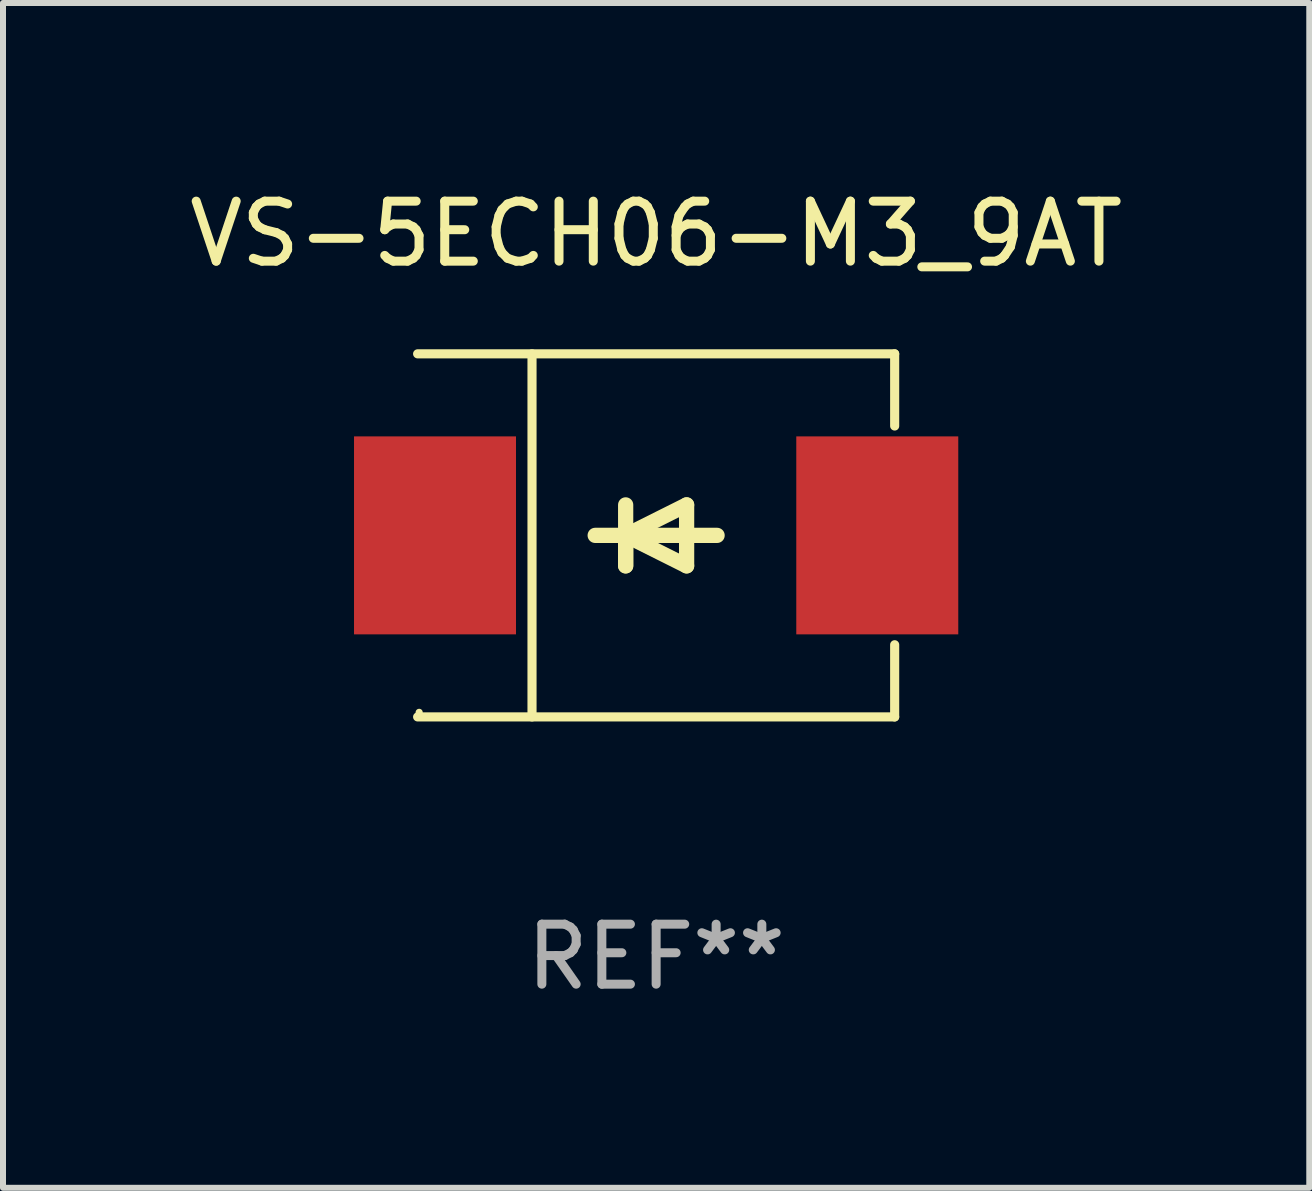
<source format=kicad_pcb>
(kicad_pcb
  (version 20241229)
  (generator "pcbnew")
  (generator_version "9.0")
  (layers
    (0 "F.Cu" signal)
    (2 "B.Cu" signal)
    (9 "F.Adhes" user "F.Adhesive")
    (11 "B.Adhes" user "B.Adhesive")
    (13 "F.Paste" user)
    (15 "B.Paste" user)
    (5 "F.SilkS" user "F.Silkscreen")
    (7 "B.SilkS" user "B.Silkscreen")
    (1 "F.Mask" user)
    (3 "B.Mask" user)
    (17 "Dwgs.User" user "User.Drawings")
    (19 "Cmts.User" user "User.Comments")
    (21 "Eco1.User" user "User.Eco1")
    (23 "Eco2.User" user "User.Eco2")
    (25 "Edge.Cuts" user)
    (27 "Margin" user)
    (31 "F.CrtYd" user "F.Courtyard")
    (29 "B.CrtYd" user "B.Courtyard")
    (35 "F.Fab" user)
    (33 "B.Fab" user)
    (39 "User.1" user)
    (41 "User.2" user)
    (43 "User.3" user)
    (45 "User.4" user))
  (footprint "VS-5ECH06-M3_9AT"
    (layer "F.Cu")
    (at 7.887 5.874)
    (property "Reference" "VS-5ECH06-M3_9AT" (at 0 -5.026 0) (layer "F.SilkS") (effects (font (size 1 1) (thickness 0.15))))
    (attr through_hole)
    (fp_line (start -3.976 -3.026) (end 3.976 -3.026) (stroke (width 0.152) (type solid)) (layer "F.SilkS"))
    (fp_line (start -3.976 3.026) (end 3.976 3.026) (stroke (width 0.152) (type solid)) (layer "F.SilkS"))
    (fp_line (start -2.069 -3.026) (end -2.069 3.026) (stroke (width 0.152) (type solid)) (layer "F.SilkS"))
    (fp_line (start -0.508 0) (end -0.508 0.508) (stroke (width 0.254) (type solid)) (layer "F.SilkS"))
    (fp_line (start -0.508 0) (end 0.508 0.508) (stroke (width 0.254) (type solid)) (layer "F.SilkS"))
    (fp_line (start -0.508 0.508) (end -0.508 -0.508) (stroke (width 0.254) (type solid)) (layer "F.SilkS"))
    (fp_line (start 0.508 -0.508) (end -0.508 0) (stroke (width 0.254) (type solid)) (layer "F.SilkS"))
    (fp_line (start 0.508 0.508) (end 0.508 -0.508) (stroke (width 0.254) (type solid)) (layer "F.SilkS"))
    (fp_line (start 1.016 0) (end -1.016 0) (stroke (width 0.254) (type solid)) (layer "F.SilkS"))
    (fp_line (start 3.976 -3.026) (end 3.976 -1.823) (stroke (width 0.152) (type solid)) (layer "F.SilkS"))
    (fp_line (start 3.976 3.026) (end 3.976 1.823) (stroke (width 0.152) (type solid)) (layer "F.SilkS"))
    (fp_circle (center -3.95 2.95) (end -3.92 2.95) (stroke (width 0.06) (type solid)) (fill no) (layer "F.SilkS"))
    (fp_text user "REF**" (at 0 7.026 0) (layer "F.Fab") (effects (font (size 1 1) (thickness 0.15))))
    (pad "1" smd rect (at -3.686 0) (size 2.7 3.3) (layers "F.Cu" "F.Mask" "F.Paste"))
    (pad "2" smd rect (at 3.686 0) (size 2.7 3.3) (layers "F.Cu" "F.Mask" "F.Paste")))
  (gr_rect
    (start -3 -3)
    (end 18.774 16.749)
    (stroke (width 0.1) (type default))
    (fill no)
    (layer "Edge.Cuts")))
</source>
